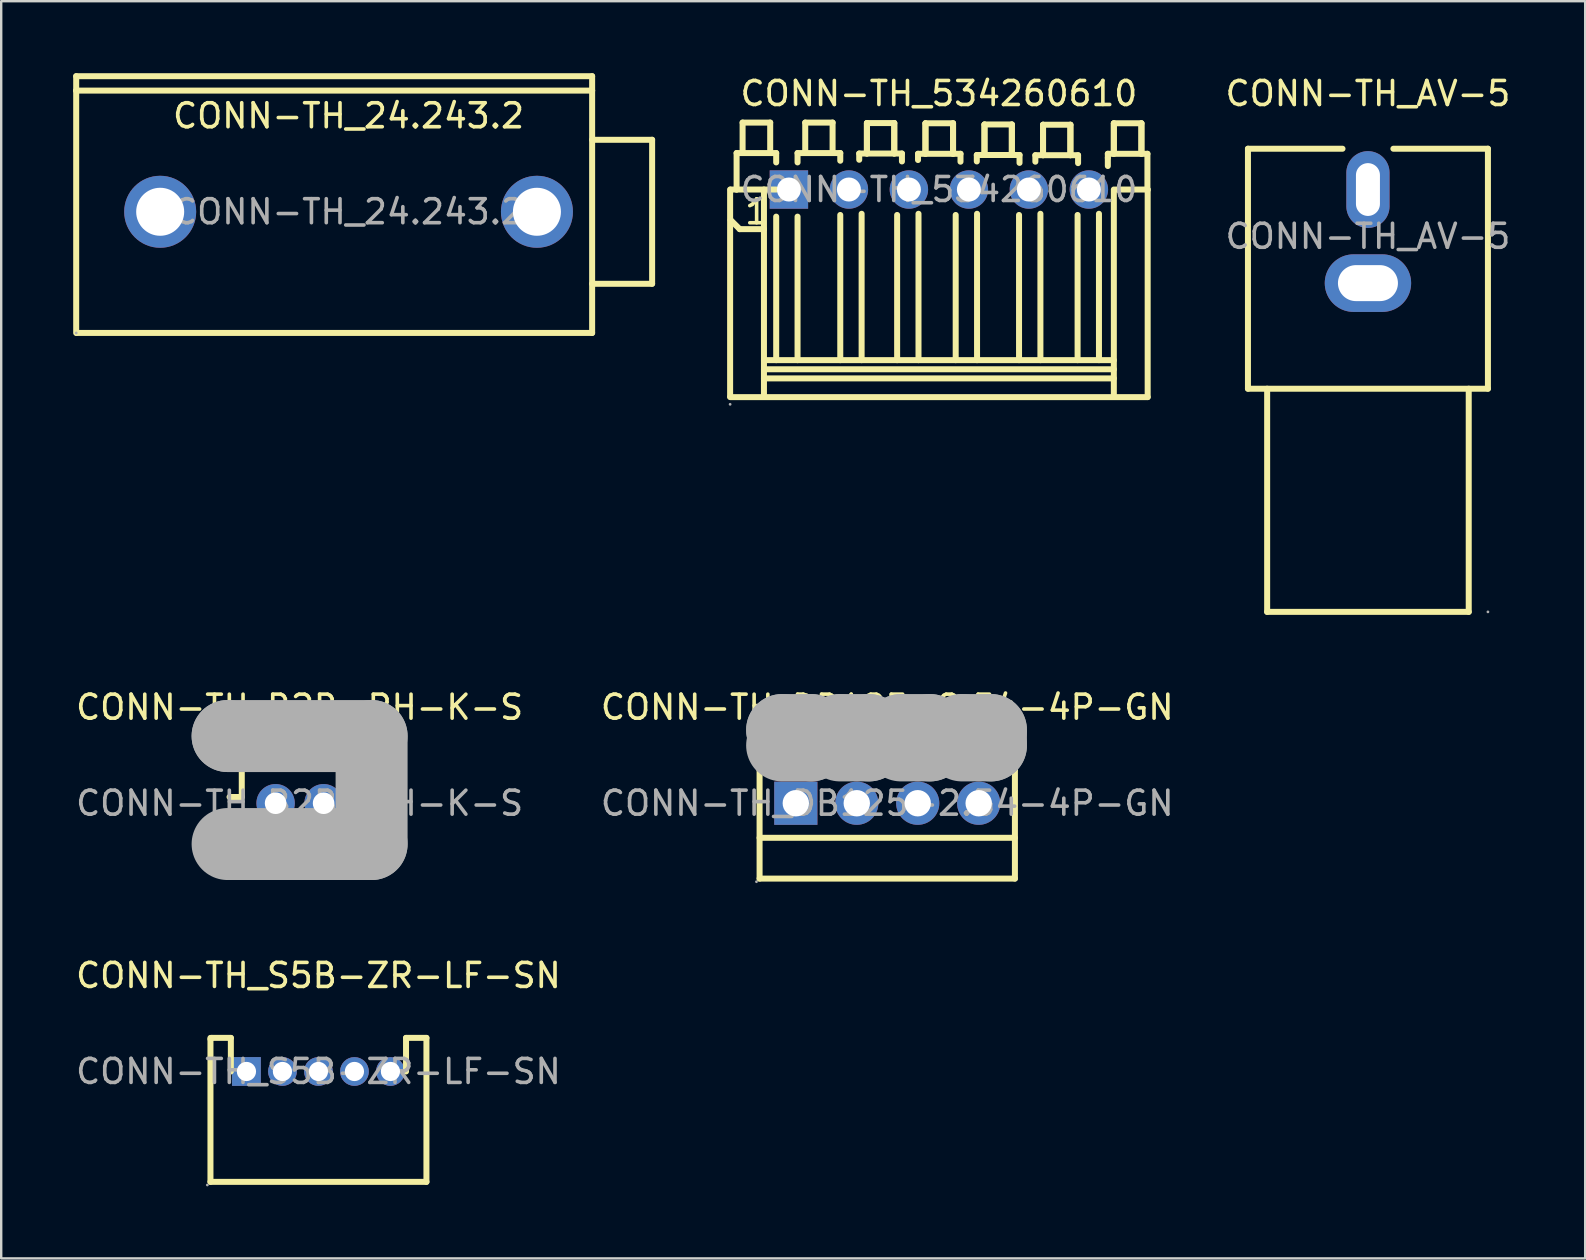
<source format=kicad_pcb>
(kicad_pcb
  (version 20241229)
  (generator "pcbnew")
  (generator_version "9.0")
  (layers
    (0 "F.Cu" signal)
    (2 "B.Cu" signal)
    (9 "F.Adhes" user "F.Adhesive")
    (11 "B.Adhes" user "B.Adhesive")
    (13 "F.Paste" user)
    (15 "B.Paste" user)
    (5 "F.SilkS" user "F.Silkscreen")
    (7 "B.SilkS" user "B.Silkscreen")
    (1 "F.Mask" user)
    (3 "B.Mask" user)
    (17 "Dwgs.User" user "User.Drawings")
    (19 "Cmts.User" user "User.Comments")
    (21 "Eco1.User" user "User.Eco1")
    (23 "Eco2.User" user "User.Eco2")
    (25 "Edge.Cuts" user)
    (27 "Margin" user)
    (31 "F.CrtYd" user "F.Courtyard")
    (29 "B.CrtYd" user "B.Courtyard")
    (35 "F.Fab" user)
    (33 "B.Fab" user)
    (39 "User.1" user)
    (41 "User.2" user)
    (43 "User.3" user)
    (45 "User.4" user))
  (footprint "CONN-TH_AV-5"
    (layer "F.Cu")
    (at 53.954 6.798)
    (property "Reference" "CONN-TH_AV-5" (at 0 -5.95 0) (layer "F.SilkS") (effects (font (size 1 1) (thickness 0.15))))
    (attr through_hole)
    (fp_line (start -5 -3.65) (end -1.06 -3.65) (stroke (width 0.25) (type solid)) (layer "F.SilkS"))
    (fp_line (start -5 6.35) (end -5 -3.65) (stroke (width 0.25) (type solid)) (layer "F.SilkS"))
    (fp_line (start -5 6.35) (end 5 6.35) (stroke (width 0.25) (type solid)) (layer "F.SilkS"))
    (fp_line (start -4.2 6.35) (end -4.2 15.65) (stroke (width 0.25) (type solid)) (layer "F.SilkS"))
    (fp_line (start -4.2 15.65) (end 4.2 15.65) (stroke (width 0.25) (type solid)) (layer "F.SilkS"))
    (fp_line (start 1.06 -3.65) (end 5 -3.65) (stroke (width 0.25) (type solid)) (layer "F.SilkS"))
    (fp_line (start 4.2 6.35) (end 4.2 15.65) (stroke (width 0.25) (type solid)) (layer "F.SilkS"))
    (fp_line (start 5 -3.65) (end 5 6.35) (stroke (width 0.25) (type solid)) (layer "F.SilkS"))
    (fp_circle (center 5 15.65) (end 5.03 15.65) (stroke (width 0.06) (type solid)) (fill no) (layer "F.Fab"))
    (fp_text user "${REFERENCE}" (at 0 0 0) (layer "F.Fab") (effects (font (size 1 1) (thickness 0.15))))
    (pad "1" thru_hole oval (at 0 1.95) (size 3.6 2.4) (drill oval 2.5 1.5) (layers "*.Cu" "*.Mask"))
    (pad "2" thru_hole oval (at 0 -1.95 90) (size 3.2 1.8) (drill oval 2.2 1) (layers "*.Cu" "*.Mask")))
  (footprint "CONN-TH_24.243.2"
    (layer "F.Cu")
    (at 11.475 5.775)
    (property "Reference" "CONN-TH_24.243.2" (at 0 -4 0) (layer "F.SilkS") (effects (font (size 1 1) (thickness 0.15))))
    (attr through_hole)
    (fp_line (start -11.35 -5.65) (end 10.15 -5.65) (stroke (width 0.25) (type solid)) (layer "F.SilkS"))
    (fp_line (start -11.35 -5.05) (end -11.35 -5.65) (stroke (width 0.25) (type solid)) (layer "F.SilkS"))
    (fp_line (start -11.35 -5.05) (end 10.15 -5.05) (stroke (width 0.25) (type solid)) (layer "F.SilkS"))
    (fp_line (start -11.35 5.05) (end -11.35 -5.05) (stroke (width 0.25) (type solid)) (layer "F.SilkS"))
    (fp_line (start 10.15 -5.65) (end 10.15 -5.05) (stroke (width 0.25) (type solid)) (layer "F.SilkS"))
    (fp_line (start 10.15 -5.05) (end 10.15 5.05) (stroke (width 0.25) (type solid)) (layer "F.SilkS"))
    (fp_line (start 10.15 -3) (end 12.65 -3) (stroke (width 0.25) (type solid)) (layer "F.SilkS"))
    (fp_line (start 10.15 5.05) (end -11.32 5.05) (stroke (width 0.25) (type solid)) (layer "F.SilkS"))
    (fp_line (start 12.65 -3) (end 12.65 3) (stroke (width 0.25) (type solid)) (layer "F.SilkS"))
    (fp_line (start 12.65 3) (end 10.15 3) (stroke (width 0.25) (type solid)) (layer "F.SilkS"))
    (fp_circle (center -11.35 5.05) (end -11.32 5.05) (stroke (width 0.06) (type solid)) (fill no) (layer "F.Fab"))
    (fp_text user "${REFERENCE}" (at 0 0 0) (layer "F.Fab") (effects (font (size 1 1) (thickness 0.15))))
    (pad "1" thru_hole circle (at -7.85 0) (size 3 3) (drill 2) (layers "*.Cu" "*.Mask"))
    (pad "2" thru_hole circle (at 7.85 0) (size 3 3) (drill 2) (layers "*.Cu" "*.Mask")))
  (footprint "CONN-TH_534260610"
    (layer "F.Cu")
    (at 36.075 4.848)
    (property "Reference" "CONN-TH_534260610" (at 0 -4 0) (layer "F.SilkS") (effects (font (size 1 1) (thickness 0.15))))
    (attr through_hole)
    (fp_line (start -8.7 0) (end -8.7 8.62) (stroke (width 0.25) (type solid)) (layer "F.SilkS"))
    (fp_line (start -8.7 8.65) (end 8.7 8.65) (stroke (width 0.25) (type solid)) (layer "F.SilkS"))
    (fp_line (start -8.68 0) (end -8.43 0) (stroke (width 0.25) (type solid)) (layer "F.SilkS"))
    (fp_line (start -8.68 1.27) (end -8.3 1.65) (stroke (width 0.25) (type solid)) (layer "F.SilkS"))
    (fp_line (start -8.43 -1.52) (end -6.78 -1.52) (stroke (width 0.25) (type solid)) (layer "F.SilkS"))
    (fp_line (start -8.43 0) (end -8.43 -1.52) (stroke (width 0.25) (type solid)) (layer "F.SilkS"))
    (fp_line (start -8.43 0) (end -6.78 0) (stroke (width 0.25) (type solid)) (layer "F.SilkS"))
    (fp_line (start -8.3 1.65) (end -7.29 1.65) (stroke (width 0.25) (type solid)) (layer "F.SilkS"))
    (fp_line (start -8.18 -2.79) (end -7.03 -2.79) (stroke (width 0.25) (type solid)) (layer "F.SilkS"))
    (fp_line (start -8.18 -1.52) (end -8.18 -2.79) (stroke (width 0.25) (type solid)) (layer "F.SilkS"))
    (fp_line (start -7.29 0) (end -7.29 8.64) (stroke (width 0.25) (type solid)) (layer "F.SilkS"))
    (fp_line (start -7.29 7.11) (end 7.29 7.11) (stroke (width 0.25) (type solid)) (layer "F.SilkS"))
    (fp_line (start -7.29 7.49) (end 7.29 7.49) (stroke (width 0.25) (type solid)) (layer "F.SilkS"))
    (fp_line (start -7.29 7.87) (end 7.29 7.87) (stroke (width 0.25) (type solid)) (layer "F.SilkS"))
    (fp_line (start -7.03 -2.79) (end -7.03 -1.52) (stroke (width 0.25) (type solid)) (layer "F.SilkS"))
    (fp_line (start -6.78 -1.52) (end -6.78 -1.13) (stroke (width 0.25) (type solid)) (layer "F.SilkS"))
    (fp_line (start -6.78 1.13) (end -6.78 7.11) (stroke (width 0.25) (type solid)) (layer "F.SilkS"))
    (fp_line (start -5.89 -1.52) (end -5.89 -1.13) (stroke (width 0.25) (type solid)) (layer "F.SilkS"))
    (fp_line (start -5.89 -1.52) (end -4.11 -1.52) (stroke (width 0.25) (type solid)) (layer "F.SilkS"))
    (fp_line (start -5.89 1.13) (end -5.89 7.11) (stroke (width 0.25) (type solid)) (layer "F.SilkS"))
    (fp_line (start -5.57 -2.79) (end -4.43 -2.79) (stroke (width 0.25) (type solid)) (layer "F.SilkS"))
    (fp_line (start -5.57 -1.52) (end -5.57 -2.79) (stroke (width 0.25) (type solid)) (layer "F.SilkS"))
    (fp_line (start -4.43 -2.79) (end -4.43 -1.52) (stroke (width 0.25) (type solid)) (layer "F.SilkS"))
    (fp_line (start -4.11 -1.52) (end -4.11 -1.2) (stroke (width 0.25) (type solid)) (layer "F.SilkS"))
    (fp_line (start -4.11 7.11) (end -4.11 1.06) (stroke (width 0.25) (type solid)) (layer "F.SilkS"))
    (fp_line (start -3.32 -1.5) (end -3.32 -1.24) (stroke (width 0.25) (type solid)) (layer "F.SilkS"))
    (fp_line (start -3.32 -1.5) (end -1.54 -1.5) (stroke (width 0.25) (type solid)) (layer "F.SilkS"))
    (fp_line (start -3.22 1.01) (end -3.22 7.11) (stroke (width 0.25) (type solid)) (layer "F.SilkS"))
    (fp_line (start -3 -2.77) (end -1.86 -2.77) (stroke (width 0.25) (type solid)) (layer "F.SilkS"))
    (fp_line (start -3 -1.5) (end -3 -2.77) (stroke (width 0.25) (type solid)) (layer "F.SilkS"))
    (fp_line (start -3 -1.5) (end -3 -2.77) (stroke (width 0.25) (type solid)) (layer "F.SilkS"))
    (fp_line (start -1.86 -2.77) (end -1.86 -1.5) (stroke (width 0.25) (type solid)) (layer "F.SilkS"))
    (fp_line (start -1.86 -2.77) (end -1.86 -1.5) (stroke (width 0.25) (type solid)) (layer "F.SilkS"))
    (fp_line (start -1.74 7.11) (end -1.74 1.06) (stroke (width 0.25) (type solid)) (layer "F.SilkS"))
    (fp_line (start -1.54 -1.5) (end -1.54 -1.17) (stroke (width 0.25) (type solid)) (layer "F.SilkS"))
    (fp_line (start -0.87 -1.49) (end -0.87 -1.23) (stroke (width 0.25) (type solid)) (layer "F.SilkS"))
    (fp_line (start -0.87 -1.49) (end 0.9 -1.49) (stroke (width 0.25) (type solid)) (layer "F.SilkS"))
    (fp_line (start -0.85 1.01) (end -0.85 7.11) (stroke (width 0.25) (type solid)) (layer "F.SilkS"))
    (fp_line (start -0.56 -2.76) (end 0.59 -2.76) (stroke (width 0.25) (type solid)) (layer "F.SilkS"))
    (fp_line (start -0.56 -1.49) (end -0.56 -2.76) (stroke (width 0.25) (type solid)) (layer "F.SilkS"))
    (fp_line (start -0.56 -1.49) (end -0.56 -2.76) (stroke (width 0.25) (type solid)) (layer "F.SilkS"))
    (fp_line (start 0.59 -2.76) (end 0.59 -1.49) (stroke (width 0.25) (type solid)) (layer "F.SilkS"))
    (fp_line (start 0.59 -2.76) (end 0.59 -1.49) (stroke (width 0.25) (type solid)) (layer "F.SilkS"))
    (fp_line (start 0.7 7.11) (end 0.7 1.06) (stroke (width 0.25) (type solid)) (layer "F.SilkS"))
    (fp_line (start 0.9 -1.49) (end 0.9 -1.16) (stroke (width 0.25) (type solid)) (layer "F.SilkS"))
    (fp_line (start 1.58 -1.44) (end 1.58 -1.17) (stroke (width 0.25) (type solid)) (layer "F.SilkS"))
    (fp_line (start 1.58 -1.44) (end 3.36 -1.44) (stroke (width 0.25) (type solid)) (layer "F.SilkS"))
    (fp_line (start 1.59 1.01) (end 1.59 7.11) (stroke (width 0.25) (type solid)) (layer "F.SilkS"))
    (fp_line (start 1.9 -2.71) (end 3.04 -2.71) (stroke (width 0.25) (type solid)) (layer "F.SilkS"))
    (fp_line (start 1.9 -1.44) (end 1.9 -2.71) (stroke (width 0.25) (type solid)) (layer "F.SilkS"))
    (fp_line (start 1.9 -1.44) (end 1.9 -2.71) (stroke (width 0.25) (type solid)) (layer "F.SilkS"))
    (fp_line (start 3.04 -2.71) (end 3.04 -1.44) (stroke (width 0.25) (type solid)) (layer "F.SilkS"))
    (fp_line (start 3.04 -2.71) (end 3.04 -1.44) (stroke (width 0.25) (type solid)) (layer "F.SilkS"))
    (fp_line (start 3.34 7.11) (end 3.34 1.06) (stroke (width 0.25) (type solid)) (layer "F.SilkS"))
    (fp_line (start 3.36 -1.44) (end 3.36 -1.11) (stroke (width 0.25) (type solid)) (layer "F.SilkS"))
    (fp_line (start 4.02 -1.43) (end 4.02 -1.16) (stroke (width 0.25) (type solid)) (layer "F.SilkS"))
    (fp_line (start 4.02 -1.43) (end 5.8 -1.43) (stroke (width 0.25) (type solid)) (layer "F.SilkS"))
    (fp_line (start 4.23 1.01) (end 4.23 7.11) (stroke (width 0.25) (type solid)) (layer "F.SilkS"))
    (fp_line (start 4.34 -2.7) (end 5.48 -2.7) (stroke (width 0.25) (type solid)) (layer "F.SilkS"))
    (fp_line (start 4.34 -1.43) (end 4.34 -2.7) (stroke (width 0.25) (type solid)) (layer "F.SilkS"))
    (fp_line (start 4.34 -1.43) (end 4.34 -2.7) (stroke (width 0.25) (type solid)) (layer "F.SilkS"))
    (fp_line (start 5.48 -2.7) (end 5.48 -1.43) (stroke (width 0.25) (type solid)) (layer "F.SilkS"))
    (fp_line (start 5.48 -2.7) (end 5.48 -1.43) (stroke (width 0.25) (type solid)) (layer "F.SilkS"))
    (fp_line (start 5.78 7.11) (end 5.78 1.06) (stroke (width 0.25) (type solid)) (layer "F.SilkS"))
    (fp_line (start 5.8 -1.43) (end 5.8 -1.1) (stroke (width 0.25) (type solid)) (layer "F.SilkS"))
    (fp_line (start 6.67 1.01) (end 6.67 7.11) (stroke (width 0.25) (type solid)) (layer "F.SilkS"))
    (fp_line (start 7.04 -1.49) (end 7.04 -1.32) (stroke (width 0.25) (type solid)) (layer "F.SilkS"))
    (fp_line (start 7.04 -1.32) (end 7.04 -0.98) (stroke (width 0.25) (type solid)) (layer "F.SilkS"))
    (fp_line (start 7.29 -2.76) (end 7.29 -1.49) (stroke (width 0.25) (type solid)) (layer "F.SilkS"))
    (fp_line (start 7.29 -2.76) (end 7.29 -1.49) (stroke (width 0.25) (type solid)) (layer "F.SilkS"))
    (fp_line (start 7.29 0) (end 7.29 8.64) (stroke (width 0.25) (type solid)) (layer "F.SilkS"))
    (fp_line (start 8.44 -2.76) (end 7.29 -2.76) (stroke (width 0.25) (type solid)) (layer "F.SilkS"))
    (fp_line (start 8.44 -1.49) (end 8.44 -2.76) (stroke (width 0.25) (type solid)) (layer "F.SilkS"))
    (fp_line (start 8.44 -1.49) (end 8.44 -2.76) (stroke (width 0.25) (type solid)) (layer "F.SilkS"))
    (fp_line (start 8.69 -1.49) (end 7.04 -1.49) (stroke (width 0.25) (type solid)) (layer "F.SilkS"))
    (fp_line (start 8.69 0.03) (end 8.69 -1.49) (stroke (width 0.25) (type solid)) (layer "F.SilkS"))
    (fp_line (start 8.7 0) (end 7.38 0) (stroke (width 0.25) (type solid)) (layer "F.SilkS"))
    (fp_line (start 8.7 8.65) (end 8.7 0) (stroke (width 0.25) (type solid)) (layer "F.SilkS"))
    (fp_circle (center -8.7 8.95) (end -8.67 8.95) (stroke (width 0.06) (type solid)) (fill no) (layer "F.Fab"))
    (fp_circle (center -6.25 0) (end -6.13 0) (stroke (width 0.25) (type solid)) (fill no) (layer "F.Fab"))
    (fp_circle (center -3.75 0) (end -3.63 0) (stroke (width 0.25) (type solid)) (fill no) (layer "F.Fab"))
    (fp_circle (center -1.25 0) (end -1.13 0) (stroke (width 0.25) (type solid)) (fill no) (layer "F.Fab"))
    (fp_circle (center 1.25 0) (end 1.37 0) (stroke (width 0.25) (type solid)) (fill no) (layer "F.Fab"))
    (fp_circle (center 3.75 0) (end 3.87 0) (stroke (width 0.25) (type solid)) (fill no) (layer "F.Fab"))
    (fp_circle (center 6.25 0) (end 6.37 0) (stroke (width 0.25) (type solid)) (fill no) (layer "F.Fab"))
    (fp_text user "1" (at -8.17 0.93 0) (layer "F.SilkS") (effects (font (size 1 1) (thickness 0.15)) (justify left)))
    (fp_text user "${REFERENCE}" (at 0 0 0) (layer "F.Fab") (effects (font (size 1 1) (thickness 0.15))))
    (pad "1" thru_hole rect (at -6.25 0) (size 1.6 1.6) (drill 1) (layers "*.Cu" "*.Mask"))
    (pad "2" thru_hole circle (at -3.75 0) (size 1.6 1.6) (drill 1) (layers "*.Cu" "*.Mask"))
    (pad "3" thru_hole circle (at -1.25 0) (size 1.6 1.6) (drill 1) (layers "*.Cu" "*.Mask"))
    (pad "4" thru_hole circle (at 1.25 0) (size 1.6 1.6) (drill 1) (layers "*.Cu" "*.Mask"))
    (pad "5" thru_hole circle (at 3.75 0) (size 1.6 1.6) (drill 1) (layers "*.Cu" "*.Mask"))
    (pad "6" thru_hole circle (at 6.25 0) (size 1.6 1.6) (drill 1) (layers "*.Cu" "*.Mask")))
  (footprint "CONN-TH_B2B-PH-K-S"
    (layer "F.Cu")
    (at 9.435 30.422)
    (property "Reference" "CONN-TH_B2B-PH-K-S" (at 0 -4 0) (layer "F.SilkS") (effects (font (size 1 1) (thickness 0.15))))
    (attr through_hole)
    (fp_line (start -2.92 -0.26) (end -2.41 -0.26) (stroke (width 0.25) (type solid)) (layer "F.SilkS"))
    (fp_line (start -2.92 0.38) (end -2.41 0.38) (stroke (width 0.25) (type solid)) (layer "F.SilkS"))
    (fp_line (start -2.41 -2.16) (end 2.54 -2.16) (stroke (width 0.25) (type solid)) (layer "F.SilkS"))
    (fp_line (start -2.41 -0.26) (end -2.41 -2.16) (stroke (width 0.25) (type solid)) (layer "F.SilkS"))
    (fp_line (start -2.41 0.38) (end -2.41 1.14) (stroke (width 0.25) (type solid)) (layer "F.SilkS"))
    (fp_line (start -2.41 1.14) (end -0.25 1.14) (stroke (width 0.25) (type solid)) (layer "F.SilkS"))
    (fp_line (start -0.25 1.14) (end -0.25 1.65) (stroke (width 0.25) (type solid)) (layer "F.SilkS"))
    (fp_line (start 0.34 1.14) (end 0.34 1.65) (stroke (width 0.25) (type solid)) (layer "F.SilkS"))
    (fp_line (start 2.5 0.38) (end 2.5 1.14) (stroke (width 0.25) (type solid)) (layer "F.SilkS"))
    (fp_line (start 2.5 1.14) (end 0.34 1.14) (stroke (width 0.25) (type solid)) (layer "F.SilkS"))
    (fp_line (start 2.54 -2.16) (end 2.54 -0.26) (stroke (width 0.25) (type solid)) (layer "F.SilkS"))
    (fp_line (start 2.54 -0.26) (end 2.93 -0.26) (stroke (width 0.25) (type solid)) (layer "F.SilkS"))
    (fp_line (start 3.01 0.38) (end 2.5 0.38) (stroke (width 0.25) (type solid)) (layer "F.SilkS"))
    (fp_line (start -3 -2.8) (end -3 -2.8) (stroke (width 3) (type solid)) (layer "F.Fab"))
    (fp_line (start -3 -2.8) (end 3 -2.8) (stroke (width 3) (type solid)) (layer "F.Fab"))
    (fp_line (start 3 -2.8) (end 3 1.7) (stroke (width 3) (type solid)) (layer "F.Fab"))
    (fp_line (start 3 1.7) (end -3 1.7) (stroke (width 3) (type solid)) (layer "F.Fab"))
    (fp_circle (center 2.95 -2.8) (end 2.98 -2.8) (stroke (width 0.06) (type solid)) (fill no) (layer "F.Fab"))
    (fp_text user "${REFERENCE}" (at 0 0 0) (layer "F.Fab") (effects (font (size 1 1) (thickness 0.15))))
    (pad "1" thru_hole circle (at 1 0 180) (size 1.6 1.6) (drill 0.9) (layers "*.Cu" "*.Mask"))
    (pad "2" thru_hole circle (at -1 0 180) (size 1.6 1.6) (drill 0.9) (layers "*.Cu" "*.Mask")))
  (footprint "CONN-TH_S5B-ZR-LF-SN"
    (layer "F.Cu")
    (at 10.22 41.6)
    (property "Reference" "CONN-TH_S5B-ZR-LF-SN" (at 0 -4 0) (layer "F.SilkS") (effects (font (size 1 1) (thickness 0.15))))
    (attr through_hole)
    (fp_line (start -4.5 -1.4) (end -4.5 4.6) (stroke (width 0.25) (type solid)) (layer "F.SilkS"))
    (fp_line (start -4.5 4.6) (end 4.5 4.6) (stroke (width 0.25) (type solid)) (layer "F.SilkS"))
    (fp_line (start -4.45 -1.4) (end -4.5 -1.35) (stroke (width 0.25) (type solid)) (layer "F.SilkS"))
    (fp_line (start -3.65 -1.4) (end -4.45 -1.4) (stroke (width 0.25) (type solid)) (layer "F.SilkS"))
    (fp_line (start -3.65 0) (end -3.65 -1.4) (stroke (width 0.25) (type solid)) (layer "F.SilkS"))
    (fp_line (start 3.65 -1.4) (end 3.65 0) (stroke (width 0.25) (type solid)) (layer "F.SilkS"))
    (fp_line (start 4.5 -1.4) (end 3.65 -1.4) (stroke (width 0.25) (type solid)) (layer "F.SilkS"))
    (fp_line (start 4.5 4.6) (end 4.5 -1.4) (stroke (width 0.25) (type solid)) (layer "F.SilkS"))
    (fp_circle (center -4.63 4.73) (end -4.6 4.73) (stroke (width 0.06) (type solid)) (fill no) (layer "F.Fab"))
    (fp_circle (center -3 0) (end -2.85 0) (stroke (width 0.3) (type solid)) (fill no) (layer "F.Fab"))
    (fp_circle (center -1.5 0) (end -1.35 0) (stroke (width 0.3) (type solid)) (fill no) (layer "F.Fab"))
    (fp_circle (center 0 0) (end 0.15 0) (stroke (width 0.3) (type solid)) (fill no) (layer "F.Fab"))
    (fp_circle (center 1.5 0) (end 1.65 0) (stroke (width 0.3) (type solid)) (fill no) (layer "F.Fab"))
    (fp_circle (center 3 0) (end 3.15 0) (stroke (width 0.3) (type solid)) (fill no) (layer "F.Fab"))
    (fp_text user "${REFERENCE}" (at 0 0 0) (layer "F.Fab") (effects (font (size 1 1) (thickness 0.15))))
    (pad "1" thru_hole rect (at -3 0) (size 1.2 1.2) (drill 0.8) (layers "*.Cu" "*.Mask"))
    (pad "2" thru_hole circle (at -1.5 0) (size 1.2 1.2) (drill 0.8) (layers "*.Cu" "*.Mask"))
    (pad "3" thru_hole circle (at 0 0) (size 1.2 1.2) (drill 0.8) (layers "*.Cu" "*.Mask"))
    (pad "4" thru_hole circle (at 1.5 0) (size 1.2 1.2) (drill 0.8) (layers "*.Cu" "*.Mask"))
    (pad "5" thru_hole circle (at 3 0) (size 1.2 1.2) (drill 0.8) (layers "*.Cu" "*.Mask")))
  (footprint "CONN-TH_DB125-2.54-4P-GN"
    (layer "F.Cu")
    (at 33.923 30.422)
    (property "Reference" "CONN-TH_DB125-2.54-4P-GN" (at 0 -4 0) (layer "F.SilkS") (effects (font (size 1 1) (thickness 0.15))))
    (attr through_hole)
    (fp_line (start -5.32 -3.14) (end -5.32 3.14) (stroke (width 0.25) (type solid)) (layer "F.SilkS"))
    (fp_line (start 5.32 -3.14) (end -5.32 -3.14) (stroke (width 0.25) (type solid)) (layer "F.SilkS"))
    (fp_line (start 5.32 -3.14) (end 5.32 3.14) (stroke (width 0.25) (type solid)) (layer "F.SilkS"))
    (fp_line (start 5.32 -1.4) (end -5.32 -1.4) (stroke (width 0.25) (type solid)) (layer "F.SilkS"))
    (fp_line (start 5.32 1.44) (end -5.32 1.44) (stroke (width 0.25) (type solid)) (layer "F.SilkS"))
    (fp_line (start 5.32 3.14) (end -5.32 3.14) (stroke (width 0.25) (type solid)) (layer "F.SilkS"))
    (fp_line (start -4.38 -3.05) (end -4.38 -3.05) (stroke (width 3) (type solid)) (layer "F.Fab"))
    (fp_line (start -4.38 -3.05) (end -3.17 -3.05) (stroke (width 3) (type solid)) (layer "F.Fab"))
    (fp_line (start -3.17 -3.05) (end -3.17 -2.41) (stroke (width 3) (type solid)) (layer "F.Fab"))
    (fp_line (start -3.17 -2.41) (end -4.38 -2.41) (stroke (width 3) (type solid)) (layer "F.Fab"))
    (fp_line (start -1.97 -3.05) (end -1.97 -3.05) (stroke (width 3) (type solid)) (layer "F.Fab"))
    (fp_line (start -1.97 -3.05) (end -0.76 -3.05) (stroke (width 3) (type solid)) (layer "F.Fab"))
    (fp_line (start -0.76 -3.05) (end -0.76 -2.41) (stroke (width 3) (type solid)) (layer "F.Fab"))
    (fp_line (start -0.76 -2.41) (end -1.97 -2.41) (stroke (width 3) (type solid)) (layer "F.Fab"))
    (fp_line (start 0.57 -3.05) (end 0.57 -3.05) (stroke (width 3) (type solid)) (layer "F.Fab"))
    (fp_line (start 0.57 -3.05) (end 1.78 -3.05) (stroke (width 3) (type solid)) (layer "F.Fab"))
    (fp_line (start 1.78 -3.05) (end 1.78 -2.41) (stroke (width 3) (type solid)) (layer "F.Fab"))
    (fp_line (start 1.78 -2.41) (end 0.57 -2.41) (stroke (width 3) (type solid)) (layer "F.Fab"))
    (fp_line (start 3.11 -3.05) (end 3.11 -3.05) (stroke (width 3) (type solid)) (layer "F.Fab"))
    (fp_line (start 3.11 -3.05) (end 4.32 -3.05) (stroke (width 3) (type solid)) (layer "F.Fab"))
    (fp_line (start 4.32 -3.05) (end 4.32 -2.41) (stroke (width 3) (type solid)) (layer "F.Fab"))
    (fp_line (start 4.32 -2.41) (end 3.11 -2.41) (stroke (width 3) (type solid)) (layer "F.Fab"))
    (fp_circle (center -5.45 3.27) (end -5.42 3.27) (stroke (width 0.06) (type solid)) (fill no) (layer "F.Fab"))
    (fp_circle (center -3.81 0) (end -3.58 0) (stroke (width 0.45) (type solid)) (fill no) (layer "F.Fab"))
    (fp_circle (center -1.27 0) (end -1.04 0) (stroke (width 0.45) (type solid)) (fill no) (layer "F.Fab"))
    (fp_circle (center 1.27 0) (end 1.5 0) (stroke (width 0.45) (type solid)) (fill no) (layer "F.Fab"))
    (fp_circle (center 3.81 0) (end 4.04 0) (stroke (width 0.45) (type solid)) (fill no) (layer "F.Fab"))
    (fp_text user "${REFERENCE}" (at 0 0 0) (layer "F.Fab") (effects (font (size 1 1) (thickness 0.15))))
    (pad "1" thru_hole rect (at -3.81 0) (size 1.8 1.8) (drill 1.1) (layers "*.Cu" "*.Mask"))
    (pad "2" thru_hole circle (at -1.27 0) (size 1.8 1.8) (drill 1.1) (layers "*.Cu" "*.Mask"))
    (pad "3" thru_hole circle (at 1.27 0) (size 1.8 1.8) (drill 1.1) (layers "*.Cu" "*.Mask"))
    (pad "4" thru_hole circle (at 3.81 0) (size 1.8 1.8) (drill 1.1) (layers "*.Cu" "*.Mask")))
  (gr_rect
    (start -3 -3)
    (end 63.007 49.39)
    (stroke (width 0.1) (type default))
    (fill no)
    (layer "Edge.Cuts")))
</source>
